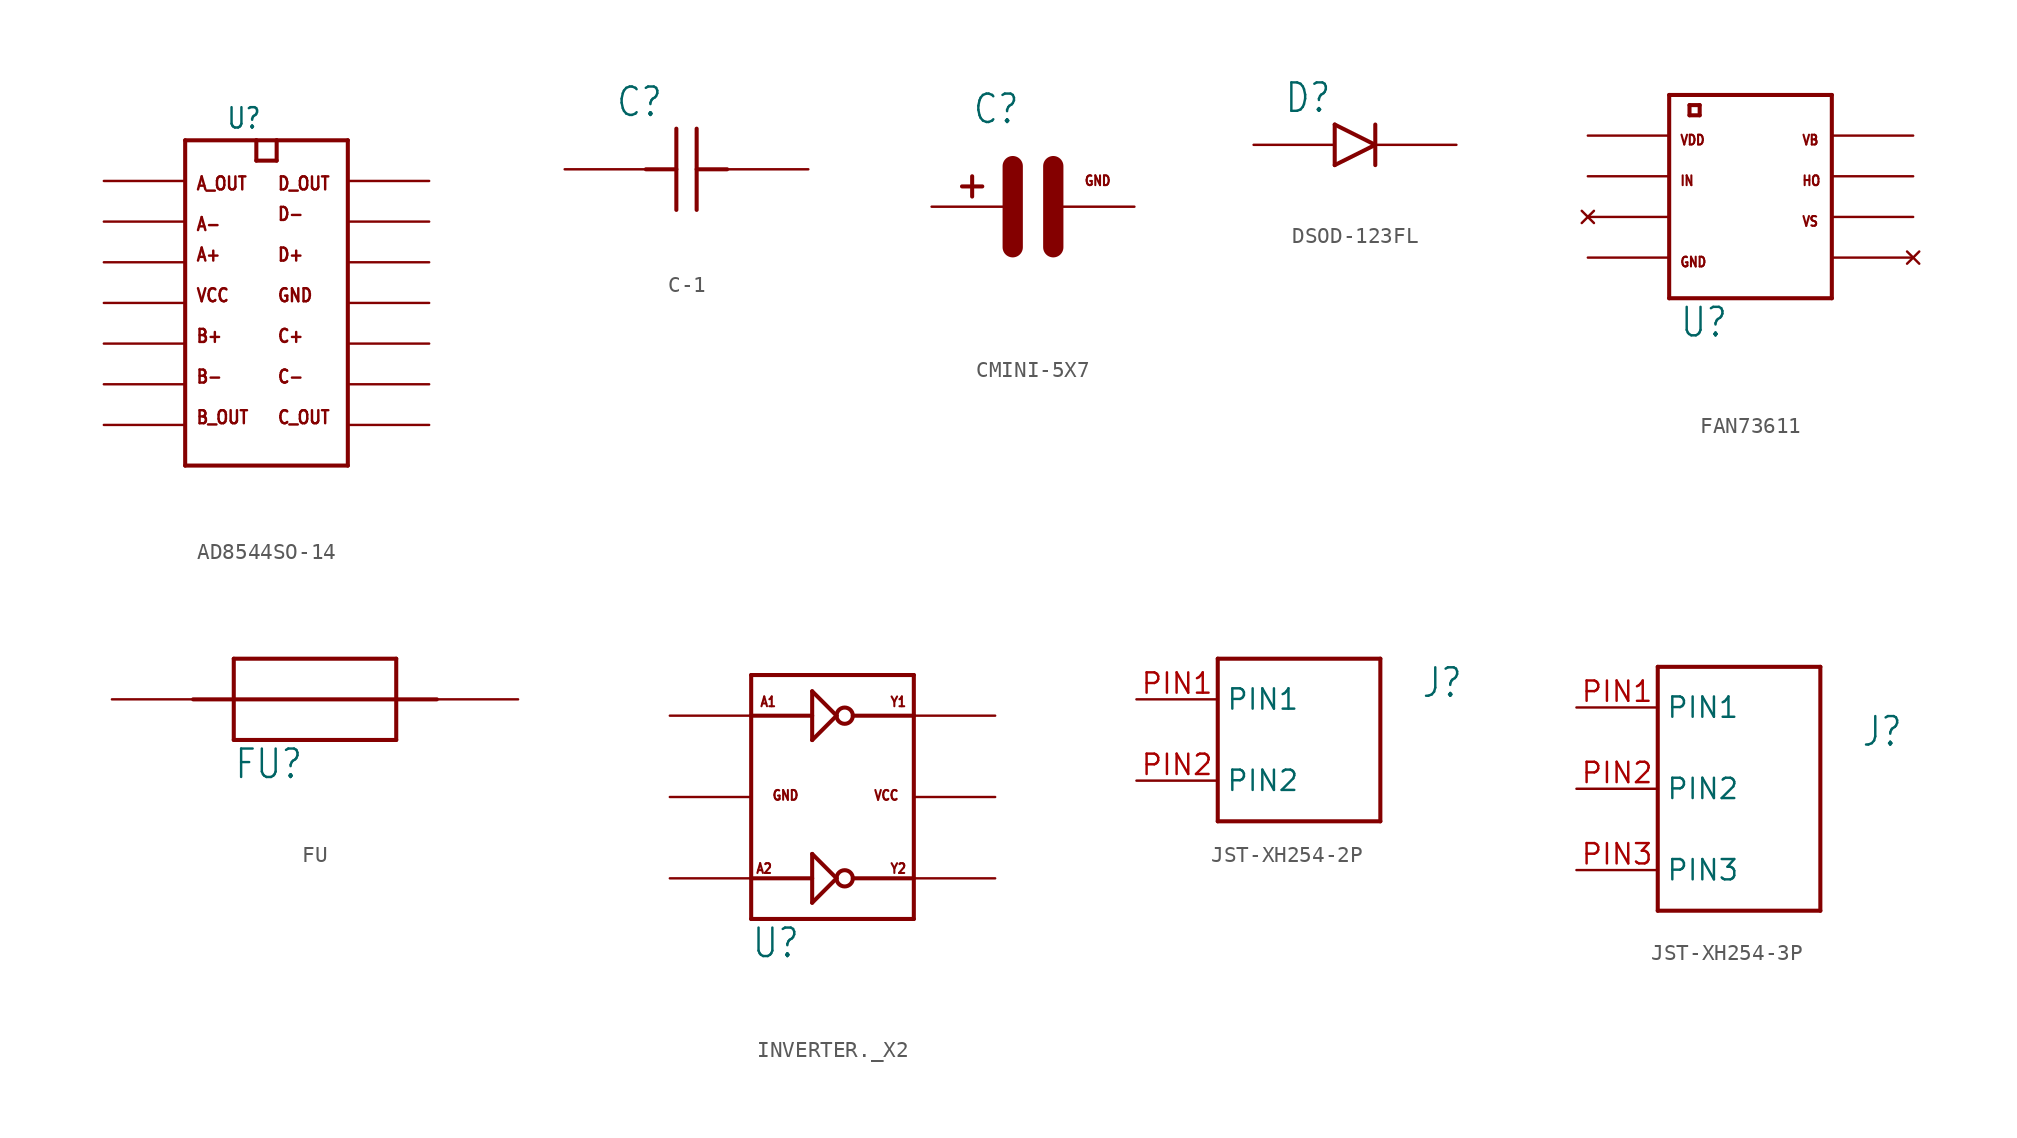
<source format=kicad_sym>
(kicad_symbol_lib
  (version 20220914)
  (generator kicad_symbol_editor)
  (symbol "AD8544SO-14"
    (property "Reference" "U"
      (at -2.54 10.795 0)
      (effects (font (size 1.27 1.079)) (justify left bottom)))
    (property "Value" ""
      (at -2.54 -12.065 0)
      (effects (font (size 1.27 1.079)) (justify left bottom)))
    (property "ki_locked" ""
      (at 0 0 0)
      (effects (font (size 1.27 1.27))))
    (symbol "AD8544SO-14_1_0"
      (polyline (pts (xy -5.08 -10.16) (xy 5.08 -10.16)) (stroke (width 0.254) (type solid)) (fill (type none)))
      (polyline (pts (xy -5.08 10.16) (xy -5.08 -10.16)) (stroke (width 0.254) (type solid)) (fill (type none)))
      (polyline (pts (xy -0.635 8.89) (xy 0.635 8.89)) (stroke (width 0.254) (type solid)) (fill (type none)))
      (polyline (pts (xy -0.635 10.16) (xy -5.08 10.16)) (stroke (width 0.254) (type solid)) (fill (type none)))
      (polyline (pts (xy -0.635 10.16) (xy -0.635 8.89)) (stroke (width 0.254) (type solid)) (fill (type none)))
      (polyline (pts (xy 0.635 8.89) (xy 0.635 10.16)) (stroke (width 0.254) (type solid)) (fill (type none)))
      (polyline (pts (xy 0.635 10.16) (xy -0.635 10.16)) (stroke (width 0.254) (type solid)) (fill (type none)))
      (polyline (pts (xy 5.08 -10.16) (xy 5.08 10.16)) (stroke (width 0.254) (type solid)) (fill (type none)))
      (polyline (pts (xy 5.08 10.16) (xy 0.635 10.16)) (stroke (width 0.254) (type solid)) (fill (type none)))
      (text "A+" (at -4.445 2.54 0) (effects (font (size 0.813 0.691)) (justify left bottom)))
      (text "A-" (at -4.445 4.445 0) (effects (font (size 0.813 0.691)) (justify left bottom)))
      (text "A_OUT" (at -4.445 6.985 0) (effects (font (size 0.813 0.691)) (justify left bottom)))
      (text "B+" (at -4.445 -2.54 0) (effects (font (size 0.813 0.691)) (justify left bottom)))
      (text "B-" (at -4.445 -5.08 0) (effects (font (size 0.813 0.691)) (justify left bottom)))
      (text "B_OUT" (at -4.445 -7.62 0) (effects (font (size 0.813 0.691)) (justify left bottom)))
      (text "C+" (at 0.635 -2.54 0) (effects (font (size 0.813 0.691)) (justify left bottom)))
      (text "C-" (at 0.635 -5.08 0) (effects (font (size 0.813 0.691)) (justify left bottom)))
      (text "C_OUT" (at 0.635 -7.62 0) (effects (font (size 0.813 0.691)) (justify left bottom)))
      (text "D+" (at 0.635 2.54 0) (effects (font (size 0.813 0.691)) (justify left bottom)))
      (text "D-" (at 0.635 5.08 0) (effects (font (size 0.813 0.691)) (justify left bottom)))
      (text "D_OUT" (at 0.635 6.985 0) (effects (font (size 0.813 0.691)) (justify left bottom)))
      (text "GND" (at 0.635 0 0) (effects (font (size 0.813 0.691)) (justify left bottom)))
      (text "VCC" (at -4.445 0 0) (effects (font (size 0.813 0.691)) (justify left bottom)))
      (pin bidirectional line (at -10.16 7.62 0) (length 5.08) (name "A_OUT" (effects (font (size 0 0)))) (number "P1" (effects (font (size 0 0)))))
      (pin bidirectional line (at 10.16 -2.54 180) (length 5.08) (name "C+" (effects (font (size 0 0)))) (number "P10" (effects (font (size 0 0)))))
      (pin power_in line (at 10.16 0 180) (length 5.08) (name "GND" (effects (font (size 0 0)))) (number "P11" (effects (font (size 0 0)))))
      (pin bidirectional line (at 10.16 2.54 180) (length 5.08) (name "D+" (effects (font (size 0 0)))) (number "P12" (effects (font (size 0 0)))))
      (pin bidirectional line (at 10.16 5.08 180) (length 5.08) (name "D-" (effects (font (size 0 0)))) (number "P13" (effects (font (size 0 0)))))
      (pin bidirectional line (at 10.16 7.62 180) (length 5.08) (name "D_OUT" (effects (font (size 0 0)))) (number "P14" (effects (font (size 0 0)))))
      (pin bidirectional line (at -10.16 5.08 0) (length 5.08) (name "A-" (effects (font (size 0 0)))) (number "P2" (effects (font (size 0 0)))))
      (pin bidirectional line (at -10.16 2.54 0) (length 5.08) (name "A+" (effects (font (size 0 0)))) (number "P3" (effects (font (size 0 0)))))
      (pin power_in line (at -10.16 0 0) (length 5.08) (name "VCC" (effects (font (size 0 0)))) (number "P4" (effects (font (size 0 0)))))
      (pin bidirectional line (at -10.16 -2.54 0) (length 5.08) (name "B+" (effects (font (size 0 0)))) (number "P5" (effects (font (size 0 0)))))
      (pin bidirectional line (at -10.16 -5.08 0) (length 5.08) (name "B-" (effects (font (size 0 0)))) (number "P6" (effects (font (size 0 0)))))
      (pin bidirectional line (at -10.16 -7.62 0) (length 5.08) (name "B_OUT" (effects (font (size 0 0)))) (number "P7" (effects (font (size 0 0)))))
      (pin bidirectional line (at 10.16 -7.62 180) (length 5.08) (name "C_OUT" (effects (font (size 0 0)))) (number "P8" (effects (font (size 0 0)))))
      (pin bidirectional line (at 10.16 -5.08 180) (length 5.08) (name "C-" (effects (font (size 0 0)))) (number "P9" (effects (font (size 0 0)))))))
  (symbol "C-1"
    (property "Reference" "C"
      (at -4.445 3.175 0)
      (effects (font (size 1.778 1.511)) (justify left bottom)))
    (property "Value" ""
      (at -4.445 -5.08 0)
      (effects (font (size 1.778 1.511)) (justify left bottom)))
    (property "ki_locked" ""
      (at 0 0 0)
      (effects (font (size 1.27 1.27))))
    (symbol "C-1_1_0"
      (polyline (pts (xy -2.54 0) (xy -0.635 0)) (stroke (width 0.254) (type solid)) (fill (type none)))
      (polyline (pts (xy -0.635 2.54) (xy -0.635 -2.54)) (stroke (width 0.254) (type solid)) (fill (type none)))
      (polyline (pts (xy 0.635 2.54) (xy 0.635 -2.54)) (stroke (width 0.254) (type solid)) (fill (type none)))
      (polyline (pts (xy 2.54 0) (xy 0.635 0)) (stroke (width 0.254) (type solid)) (fill (type none)))
      (pin bidirectional line (at -7.62 0 0) (length 5.08) (name "P$1" (effects (font (size 0 0)))) (number "P$1" (effects (font (size 0 0)))))
      (pin bidirectional line (at 7.62 0 180) (length 5.08) (name "P$2" (effects (font (size 0 0)))) (number "P$2" (effects (font (size 0 0)))))))
  (symbol "CMINI-5X7"
    (property "Reference" "C"
      (at -5.08 5.08 0)
      (effects (font (size 1.778 1.511)) (justify left bottom)))
    (property "Value" ""
      (at -5.08 -7.62 0)
      (effects (font (size 1.778 1.511)) (justify left bottom)))
    (property "ki_locked" ""
      (at 0 0 0)
      (effects (font (size 1.27 1.27))))
    (symbol "CMINI-5X7_1_0"
      (polyline (pts (xy -5.715 1.27) (xy -4.445 1.27)) (stroke (width 0.254) (type solid)) (fill (type none)))
      (polyline (pts (xy -5.08 1.905) (xy -5.08 0.635)) (stroke (width 0.254) (type solid)) (fill (type none)))
      (polyline (pts (xy -2.54 2.54) (xy -2.54 -2.54)) (stroke (width 1.27) (type solid)) (fill (type none)))
      (polyline (pts (xy 0 2.54) (xy 0 -2.54)) (stroke (width 1.27) (type solid)) (fill (type none)))
      (text "GND" (at 1.905 1.27 0) (effects (font (size 0.61 0.518)) (justify left bottom)))
      (pin bidirectional line (at 5.08 0 180) (length 5.08) (name "PIN_GND" (effects (font (size 0 0)))) (number "MINUS" (effects (font (size 0 0)))))
      (pin bidirectional line (at -7.62 0 0) (length 5.08) (name "PIN_PLUS" (effects (font (size 0 0)))) (number "PLUS" (effects (font (size 0 0)))))))
  (symbol "DSOD-123FL"
    (property "Reference" "D"
      (at -5.715 1.905 0)
      (effects (font (size 1.778 1.511)) (justify left bottom)))
    (property "Value" ""
      (at -5.715 -3.81 0)
      (effects (font (size 1.778 1.511)) (justify left bottom)))
    (property "ki_locked" ""
      (at 0 0 0)
      (effects (font (size 1.27 1.27))))
    (symbol "DSOD-123FL_1_0"
      (polyline (pts (xy -2.54 -1.27) (xy 0 0)) (stroke (width 0.254) (type solid)) (fill (type none)))
      (polyline (pts (xy -2.54 1.27) (xy -2.54 -1.27)) (stroke (width 0.254) (type solid)) (fill (type none)))
      (polyline (pts (xy 0 0) (xy -2.54 1.27)) (stroke (width 0.254) (type solid)) (fill (type none)))
      (polyline (pts (xy 0 1.27) (xy 0 -1.27)) (stroke (width 0.254) (type solid)) (fill (type none)))
      (pin bidirectional line (at -7.62 0 0) (length 5.08) (name "ANODE" (effects (font (size 0 0)))) (number "ANODE" (effects (font (size 0 0)))))
      (pin bidirectional line (at 5.08 0 180) (length 5.08) (name "CATHODE" (effects (font (size 0 0)))) (number "CATHODE" (effects (font (size 0 0)))))))
  (symbol "FAN73611"
    (property "Reference" "U"
      (at -4.445 -7.62 0)
      (effects (font (size 1.778 1.511)) (justify left bottom)))
    (property "Value" ""
      (at -4.445 -10.16 0)
      (effects (font (size 1.778 1.511)) (justify left bottom)))
    (property "ki_locked" ""
      (at 0 0 0)
      (effects (font (size 1.27 1.27))))
    (symbol "FAN73611_1_0"
      (polyline (pts (xy -5.08 -5.08) (xy 5.08 -5.08)) (stroke (width 0.254) (type solid)) (fill (type none)))
      (polyline (pts (xy -5.08 7.62) (xy -5.08 -5.08)) (stroke (width 0.254) (type solid)) (fill (type none)))
      (polyline (pts (xy -3.81 6.35) (xy -3.175 6.35)) (stroke (width 0.254) (type solid)) (fill (type none)))
      (polyline (pts (xy -3.81 6.985) (xy -3.81 6.35)) (stroke (width 0.254) (type solid)) (fill (type none)))
      (polyline (pts (xy -3.175 6.35) (xy -3.175 6.985)) (stroke (width 0.254) (type solid)) (fill (type none)))
      (polyline (pts (xy -3.175 6.985) (xy -3.81 6.985)) (stroke (width 0.254) (type solid)) (fill (type none)))
      (polyline (pts (xy 5.08 -5.08) (xy 5.08 7.62)) (stroke (width 0.254) (type solid)) (fill (type none)))
      (polyline (pts (xy 5.08 7.62) (xy -5.08 7.62)) (stroke (width 0.254) (type solid)) (fill (type none)))
      (text "GND" (at -4.445 -3.175 0) (effects (font (size 0.61 0.518)) (justify left bottom)))
      (text "HO" (at 3.175 1.905 0) (effects (font (size 0.61 0.518)) (justify left bottom)))
      (text "IN" (at -4.445 1.905 0) (effects (font (size 0.61 0.518)) (justify left bottom)))
      (text "VB" (at 3.175 4.445 0) (effects (font (size 0.61 0.518)) (justify left bottom)))
      (text "VDD" (at -4.445 4.445 0) (effects (font (size 0.61 0.518)) (justify left bottom)))
      (text "VS" (at 3.175 -0.635 0) (effects (font (size 0.61 0.518)) (justify left bottom)))
      (pin power_in line (at -10.16 5.08 0) (length 5.08) (name "VDD" (effects (font (size 0 0)))) (number "P_1" (effects (font (size 0 0)))))
      (pin input line (at -10.16 2.54 0) (length 5.08) (name "IN" (effects (font (size 0 0)))) (number "P_2" (effects (font (size 0 0)))))
      (pin no_connect line (at -10.16 0 0) (length 5.08) (name "NC1" (effects (font (size 0 0)))) (number "P_3" (effects (font (size 0 0)))))
      (pin power_in line (at -10.16 -2.54 0) (length 5.08) (name "GND" (effects (font (size 0 0)))) (number "P_4" (effects (font (size 0 0)))))
      (pin no_connect line (at 10.16 -2.54 180) (length 5.08) (name "NC2" (effects (font (size 0 0)))) (number "P_5" (effects (font (size 0 0)))))
      (pin input line (at 10.16 0 180) (length 5.08) (name "VS" (effects (font (size 0 0)))) (number "P_6" (effects (font (size 0 0)))))
      (pin output line (at 10.16 2.54 180) (length 5.08) (name "HO" (effects (font (size 0 0)))) (number "P_7" (effects (font (size 0 0)))))
      (pin power_in line (at 10.16 5.08 180) (length 5.08) (name "VB" (effects (font (size 0 0)))) (number "P_8" (effects (font (size 0 0)))))))
  (symbol "FU"
    (property "Reference" "FU"
      (at -5.08 -5.08 0)
      (effects (font (size 1.778 1.511)) (justify left bottom)))
    (property "Value" ""
      (at -5.08 -7.62 0)
      (effects (font (size 1.778 1.511)) (justify left bottom)))
    (property "ki_locked" ""
      (at 0 0 0)
      (effects (font (size 1.27 1.27))))
    (symbol "FU_1_0"
      (polyline (pts (xy -7.62 0) (xy 7.62 0)) (stroke (width 0.254) (type solid)) (fill (type none)))
      (polyline (pts (xy -5.08 -2.54) (xy 5.08 -2.54)) (stroke (width 0.254) (type solid)) (fill (type none)))
      (polyline (pts (xy -5.08 2.54) (xy -5.08 -2.54)) (stroke (width 0.254) (type solid)) (fill (type none)))
      (polyline (pts (xy 5.08 -2.54) (xy 5.08 2.54)) (stroke (width 0.254) (type solid)) (fill (type none)))
      (polyline (pts (xy 5.08 2.54) (xy -5.08 2.54)) (stroke (width 0.254) (type solid)) (fill (type none)))
      (pin bidirectional line (at -12.7 0 0) (length 5.08) (name "P$1" (effects (font (size 0 0)))) (number "P$1" (effects (font (size 0 0)))))
      (pin bidirectional line (at 12.7 0 180) (length 5.08) (name "P$2" (effects (font (size 0 0)))) (number "P$2" (effects (font (size 0 0)))))))
  (symbol "INVERTER._X2"
    (property "Reference" "U"
      (at -5.08 -10.16 0)
      (effects (font (size 1.778 1.511)) (justify left bottom)))
    (property "Value" ""
      (at -5.08 -12.7 0)
      (effects (font (size 1.778 1.511)) (justify left bottom)))
    (property "ki_locked" ""
      (at 0 0 0)
      (effects (font (size 1.27 1.27))))
    (symbol "INVERTER._X2_1_0"
      (polyline (pts (xy -5.08 -7.62) (xy 5.08 -7.62)) (stroke (width 0.254) (type solid)) (fill (type none)))
      (polyline (pts (xy -5.08 -5.08) (xy -1.27 -5.08)) (stroke (width 0.254) (type solid)) (fill (type none)))
      (polyline (pts (xy -5.08 5.08) (xy -5.08 -7.62)) (stroke (width 0.254) (type solid)) (fill (type none)))
      (polyline (pts (xy -5.08 5.08) (xy -1.27 5.08)) (stroke (width 0.254) (type solid)) (fill (type none)))
      (polyline (pts (xy -5.08 7.62) (xy -5.08 5.08)) (stroke (width 0.254) (type solid)) (fill (type none)))
      (polyline (pts (xy -1.27 -3.556) (xy -1.27 -6.604)) (stroke (width 0.254) (type solid)) (fill (type none)))
      (polyline (pts (xy -1.27 -3.556) (xy 0.254 -5.08)) (stroke (width 0.254) (type solid)) (fill (type none)))
      (polyline (pts (xy -1.27 6.604) (xy -1.27 3.556)) (stroke (width 0.254) (type solid)) (fill (type none)))
      (polyline (pts (xy -1.27 6.604) (xy 0.254 5.08)) (stroke (width 0.254) (type solid)) (fill (type none)))
      (polyline (pts (xy 0.254 -5.08) (xy -1.27 -6.604)) (stroke (width 0.254) (type solid)) (fill (type none)))
      (polyline (pts (xy 0.254 5.08) (xy -1.27 3.556)) (stroke (width 0.254) (type solid)) (fill (type none)))
      (polyline (pts (xy 1.27 -5.08) (xy 5.08 -5.08)) (stroke (width 0.254) (type solid)) (fill (type none)))
      (polyline (pts (xy 1.27 5.08) (xy 5.08 5.08)) (stroke (width 0.254) (type solid)) (fill (type none)))
      (polyline (pts (xy 5.08 -7.62) (xy 5.08 5.08)) (stroke (width 0.254) (type solid)) (fill (type none)))
      (polyline (pts (xy 5.08 5.08) (xy 5.08 7.62)) (stroke (width 0.254) (type solid)) (fill (type none)))
      (polyline (pts (xy 5.08 7.62) (xy -5.08 7.62)) (stroke (width 0.254) (type solid)) (fill (type none)))
      (circle (center 0.762 -5.08) (radius 0.508) (stroke (width 0.254) (type solid)) (fill (type none)))
      (circle (center 0.762 5.08) (radius 0.508) (stroke (width 0.254) (type solid)) (fill (type none)))
      (text "A1" (at -4.572 5.588 0) (effects (font (size 0.61 0.518)) (justify left bottom)))
      (text "A2" (at -4.826 -4.826 0) (effects (font (size 0.61 0.518)) (justify left bottom)))
      (text "GND" (at -3.81 -0.254 0) (effects (font (size 0.61 0.518)) (justify left bottom)))
      (text "VCC" (at 2.54 -0.254 0) (effects (font (size 0.61 0.518)) (justify left bottom)))
      (text "Y1" (at 3.556 5.588 0) (effects (font (size 0.61 0.518)) (justify left bottom)))
      (text "Y2" (at 3.556 -4.826 0) (effects (font (size 0.61 0.518)) (justify left bottom)))
      (pin bidirectional line (at -10.16 5.08 0) (length 5.08) (name "A1" (effects (font (size 0 0)))) (number "P1" (effects (font (size 0 0)))))
      (pin power_in line (at -10.16 0 0) (length 5.08) (name "GND" (effects (font (size 0 0)))) (number "P2" (effects (font (size 0 0)))))
      (pin bidirectional line (at -10.16 -5.08 0) (length 5.08) (name "A2" (effects (font (size 0 0)))) (number "P3" (effects (font (size 0 0)))))
      (pin bidirectional line (at 10.16 -5.08 180) (length 5.08) (name "Y2" (effects (font (size 0 0)))) (number "P4" (effects (font (size 0 0)))))
      (pin power_in line (at 10.16 0 180) (length 5.08) (name "VCC" (effects (font (size 0 0)))) (number "P5" (effects (font (size 0 0)))))
      (pin bidirectional line (at 10.16 5.08 180) (length 5.08) (name "Y1" (effects (font (size 0 0)))) (number "P6" (effects (font (size 0 0)))))))
  (symbol "JST-XH254-2P"
    (property "Reference" "J"
      (at 12.7 2.54 0)
      (effects (font (size 1.778 1.511)) (justify left bottom)))
    (property "Value" ""
      (at 12.7 -2.54 0)
      (effects (font (size 1.778 1.511)) (justify left bottom)))
    (property "ki_locked" ""
      (at 0 0 0)
      (effects (font (size 1.27 1.27))))
    (symbol "JST-XH254-2P_1_0"
      (polyline (pts (xy 0 -5.08) (xy 10.16 -5.08)) (stroke (width 0.254) (type solid)) (fill (type none)))
      (polyline (pts (xy 0 5.08) (xy 0 -5.08)) (stroke (width 0.254) (type solid)) (fill (type none)))
      (polyline (pts (xy 10.16 -5.08) (xy 10.16 5.08)) (stroke (width 0.254) (type solid)) (fill (type none)))
      (polyline (pts (xy 10.16 5.08) (xy 0 5.08)) (stroke (width 0.254) (type solid)) (fill (type none)))
      (pin bidirectional line (at -5.08 2.54 0) (length 5.08) (name "PIN1" (effects (font (size 1.27 1.27)))) (number "PIN1" (effects (font (size 1.27 1.27)))))
      (pin bidirectional line (at -5.08 -2.54 0) (length 5.08) (name "PIN2" (effects (font (size 1.27 1.27)))) (number "PIN2" (effects (font (size 1.27 1.27)))))))
  (symbol "JST-XH254-3P"
    (property "Reference" "J"
      (at 12.7 2.54 0)
      (effects (font (size 1.778 1.511)) (justify left bottom)))
    (property "Value" ""
      (at 12.7 -2.54 0)
      (effects (font (size 1.778 1.511)) (justify left bottom)))
    (property "ki_locked" ""
      (at 0 0 0)
      (effects (font (size 1.27 1.27))))
    (symbol "JST-XH254-3P_1_0"
      (polyline (pts (xy 0 -7.62) (xy 10.16 -7.62)) (stroke (width 0.254) (type solid)) (fill (type none)))
      (polyline (pts (xy 0 7.62) (xy 0 -7.62)) (stroke (width 0.254) (type solid)) (fill (type none)))
      (polyline (pts (xy 10.16 -7.62) (xy 10.16 7.62)) (stroke (width 0.254) (type solid)) (fill (type none)))
      (polyline (pts (xy 10.16 7.62) (xy 0 7.62)) (stroke (width 0.254) (type solid)) (fill (type none)))
      (pin bidirectional line (at -5.08 5.08 0) (length 5.08) (name "PIN1" (effects (font (size 1.27 1.27)))) (number "PIN1" (effects (font (size 1.27 1.27)))))
      (pin bidirectional line (at -5.08 0 0) (length 5.08) (name "PIN2" (effects (font (size 1.27 1.27)))) (number "PIN2" (effects (font (size 1.27 1.27)))))
      (pin bidirectional line (at -5.08 -5.08 0) (length 5.08) (name "PIN3" (effects (font (size 1.27 1.27)))) (number "PIN3" (effects (font (size 1.27 1.27))))))))
</source>
